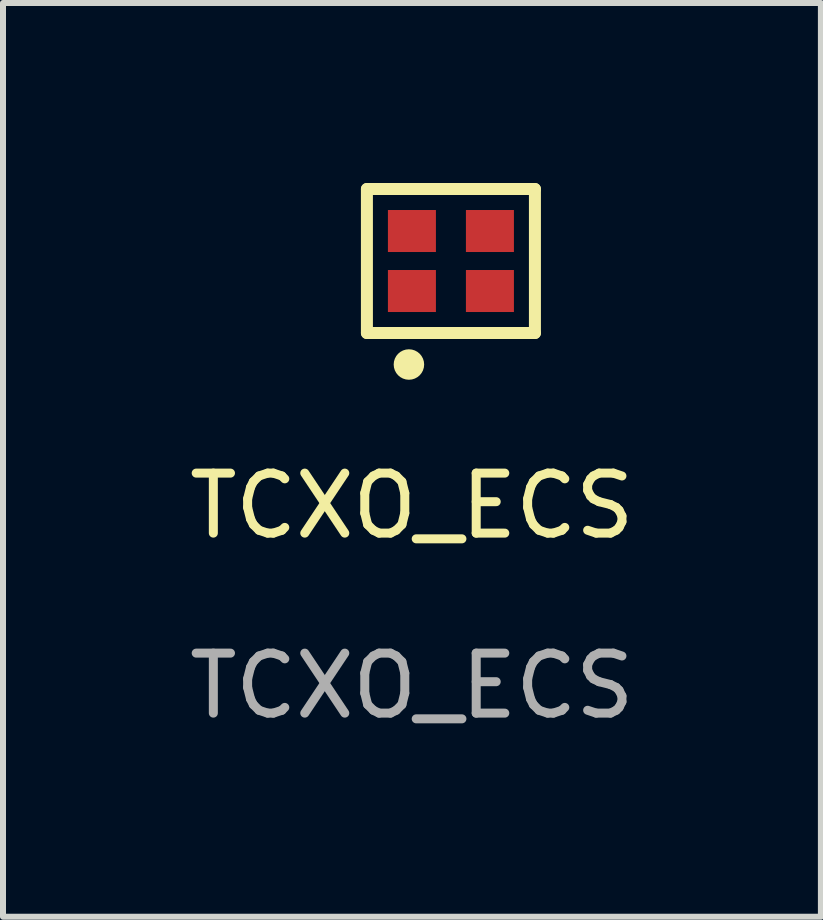
<source format=kicad_pcb>
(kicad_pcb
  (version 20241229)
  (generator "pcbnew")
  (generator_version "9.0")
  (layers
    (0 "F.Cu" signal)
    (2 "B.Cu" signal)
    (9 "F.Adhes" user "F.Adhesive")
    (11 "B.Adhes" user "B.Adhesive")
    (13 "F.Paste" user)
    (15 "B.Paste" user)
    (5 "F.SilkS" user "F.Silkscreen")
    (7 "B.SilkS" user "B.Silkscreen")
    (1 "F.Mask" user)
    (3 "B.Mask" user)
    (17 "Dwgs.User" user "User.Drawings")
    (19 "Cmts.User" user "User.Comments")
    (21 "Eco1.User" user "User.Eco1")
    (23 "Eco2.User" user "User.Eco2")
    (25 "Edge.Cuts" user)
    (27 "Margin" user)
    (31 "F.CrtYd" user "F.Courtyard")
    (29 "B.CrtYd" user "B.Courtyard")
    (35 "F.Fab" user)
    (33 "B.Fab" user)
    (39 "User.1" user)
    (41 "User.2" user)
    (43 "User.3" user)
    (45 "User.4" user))
  (footprint "TCXO_ECS"
    (layer "F.Cu")
    (at 3.815 5.88)
    (property "Reference" "TCXO_ECS" (at 0 -0.5 0) (unlocked yes) (layer "F.SilkS") (effects (font (size 1 1) (thickness 0.15))))
    (attr smd)
    (fp_line (start -0.75 -3.38) (end -0.75 -5.78) (stroke (width 0.2) (type solid)) (layer "F.SilkS"))
    (fp_line (start 2.05 -5.78) (end -0.75 -5.78) (stroke (width 0.2) (type solid)) (layer "F.SilkS"))
    (fp_line (start 2.05 -3.38) (end -0.75 -3.38) (stroke (width 0.2) (type solid)) (layer "F.SilkS"))
    (fp_line (start 2.05 -3.38) (end 2.05 -5.78) (stroke (width 0.2) (type solid)) (layer "F.SilkS"))
    (fp_circle (center -0.05 -2.855) (end -0.05 -2.982) (stroke (width 0.254) (type solid)) (fill no) (layer "F.SilkS"))
    (fp_text user "${REFERENCE}" (at 0 2.5 0) (unlocked yes) (layer "F.Fab") (effects (font (size 1 1) (thickness 0.15))))
    (pad "1" smd rect (at 0 -4.08 180) (size 0.8 0.7) (layers "F.Cu" "F.Mask" "F.Paste"))
    (pad "2" smd rect (at 1.3 -4.08 180) (size 0.8 0.7) (layers "F.Cu" "F.Mask" "F.Paste"))
    (pad "3" smd rect (at 1.3 -5.08 180) (size 0.8 0.7) (layers "F.Cu" "F.Mask" "F.Paste"))
    (pad "4" smd rect (at 0 -5.08 180) (size 0.8 0.7) (layers "F.Cu" "F.Mask" "F.Paste")))
  (gr_rect
    (start -3 -3)
    (end 10.631 12.228)
    (stroke (width 0.1) (type default))
    (fill no)
    (layer "Edge.Cuts")))
</source>
